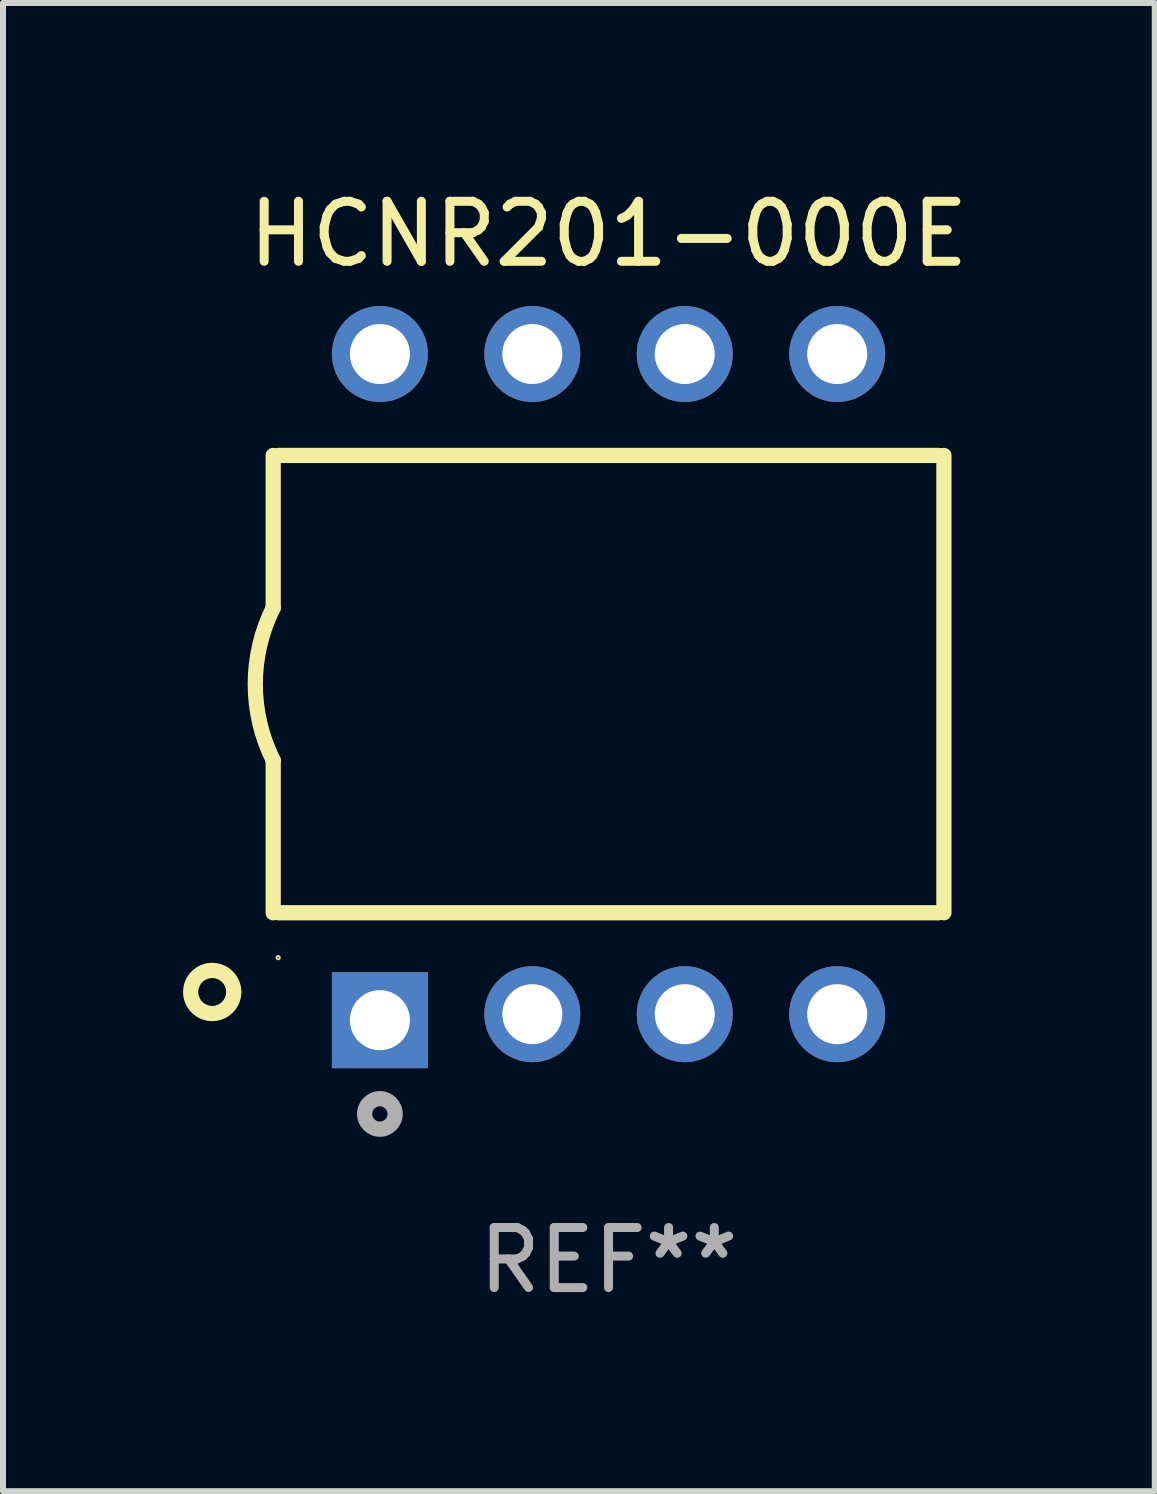
<source format=kicad_pcb>
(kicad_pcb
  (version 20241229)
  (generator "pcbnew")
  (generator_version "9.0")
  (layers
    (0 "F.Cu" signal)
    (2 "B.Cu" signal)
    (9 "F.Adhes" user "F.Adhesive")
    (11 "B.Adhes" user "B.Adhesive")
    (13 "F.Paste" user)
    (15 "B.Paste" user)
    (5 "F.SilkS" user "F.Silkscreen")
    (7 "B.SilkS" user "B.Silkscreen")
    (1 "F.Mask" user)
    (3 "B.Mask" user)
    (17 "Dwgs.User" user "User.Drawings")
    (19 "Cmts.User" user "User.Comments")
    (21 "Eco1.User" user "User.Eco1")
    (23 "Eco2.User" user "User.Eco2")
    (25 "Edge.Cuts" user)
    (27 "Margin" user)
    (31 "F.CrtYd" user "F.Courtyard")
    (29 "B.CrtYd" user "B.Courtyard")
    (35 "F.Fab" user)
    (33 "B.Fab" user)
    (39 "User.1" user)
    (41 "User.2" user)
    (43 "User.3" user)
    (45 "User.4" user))
  (footprint "HCNR201-000E"
    (layer "F.Cu")
    (at 7.09 8.399)
    (property "Reference" "HCNR201-000E" (at 0 -7.55 0) (layer "F.SilkS") (effects (font (size 1 1) (thickness 0.15))))
    (attr through_hole)
    (fp_line (start -5.588 -1.32) (end -5.588 -3.86) (stroke (width 0.254) (type solid)) (layer "F.SilkS"))
    (fp_line (start -5.588 3.76) (end -5.588 1.22) (stroke (width 0.254) (type solid)) (layer "F.SilkS"))
    (fp_line (start 5.5 -3.86) (end -5.5 -3.86) (stroke (width 0.254) (type solid)) (layer "F.SilkS"))
    (fp_line (start 5.5 3.76) (end -5.5 3.76) (stroke (width 0.254) (type solid)) (layer "F.SilkS"))
    (fp_line (start 5.588 3.76) (end 5.588 -3.86) (stroke (width 0.254) (type solid)) (layer "F.SilkS"))
    (fp_arc (start -5.588011 1.219583) (mid -5.886297 -0.050419) (end -5.588011 -1.320422) (stroke (width 0.254001) (type solid)) (layer "F.SilkS"))
    (fp_circle (center -6.604 5.08) (end -6.245 5.08) (stroke (width 0.254) (type solid)) (fill no) (layer "F.SilkS"))
    (fp_circle (center -5.505 4.508) (end -5.477 4.508) (stroke (width 0.03) (type solid)) (fill no) (layer "F.SilkS"))
    (fp_circle (center -3.81 7.112) (end -3.556 7.112) (stroke (width 0.254) (type solid)) (fill no) (layer "F.Fab"))
    (fp_text user "REF**" (at 0 9.55 0) (layer "F.Fab") (effects (font (size 1 1) (thickness 0.15))))
    (pad "1" thru_hole rect (at -3.81 5.55) (size 1.6 1.6) (drill 1) (layers "*.Cu" "*.Mask"))
    (pad "2" thru_hole circle (at -1.27 5.45) (size 1.6 1.6) (drill 1) (layers "*.Cu" "*.Mask"))
    (pad "3" thru_hole circle (at 1.27 5.45) (size 1.6 1.6) (drill 1) (layers "*.Cu" "*.Mask"))
    (pad "4" thru_hole circle (at 3.81 5.45) (size 1.6 1.6) (drill 1) (layers "*.Cu" "*.Mask"))
    (pad "5" thru_hole circle (at 3.81 -5.55) (size 1.6 1.6) (drill 1) (layers "*.Cu" "*.Mask"))
    (pad "6" thru_hole circle (at 1.27 -5.55) (size 1.6 1.6) (drill 1) (layers "*.Cu" "*.Mask"))
    (pad "7" thru_hole circle (at -1.27 -5.55) (size 1.6 1.6) (drill 1) (layers "*.Cu" "*.Mask"))
    (pad "8" thru_hole circle (at -3.81 -5.55) (size 1.6 1.6) (drill 1) (layers "*.Cu" "*.Mask")))
  (gr_rect
    (start -3 -3)
    (end 16.191 21.797)
    (stroke (width 0.1) (type default))
    (fill no)
    (layer "Edge.Cuts")))
</source>
